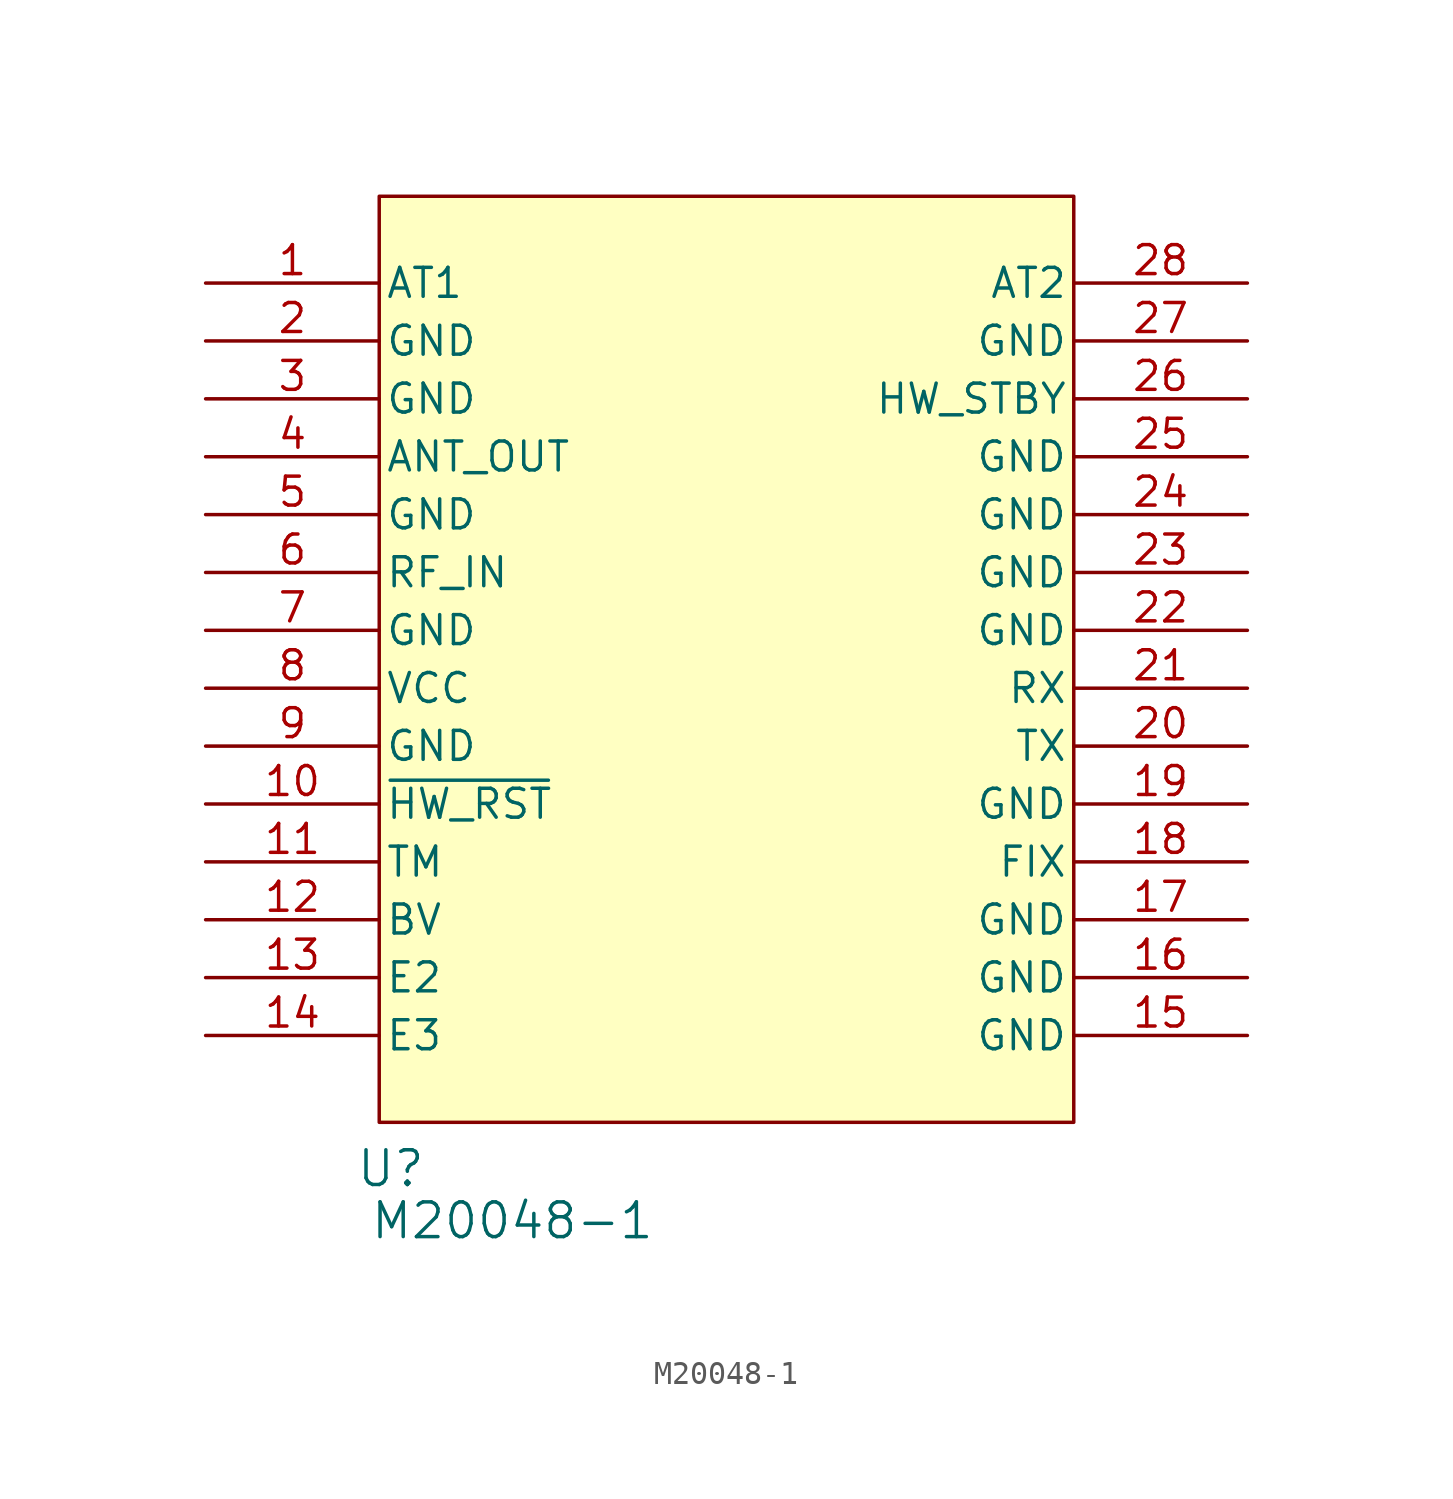
<source format=kicad_sym>
(kicad_symbol_lib
  (version 20241209)
  (generator "kicad_symbol_editor")
  (generator_version "9.0")
  (symbol "M20048-1"
    (pin_names
      (offset 0.254))
    (property "Reference" "U"
      (at 8.128 -38.862 0)
      (effects (font (size 1.524 1.524))))
    (property "Value" "M20048-1"
      (at 13.462 -41.148 0)
      (effects (font (size 1.524 1.524))))
    (symbol "M20048-1_0_1"
      (pin bidirectional line (at 0 0 0) (length 7.62) (name "AT1" (effects (font (size 1.27 1.27)))) (number "1" (effects (font (size 1.27 1.27)))))
      (pin power_out line (at 0 -2.54 0) (length 7.62) (name "GND" (effects (font (size 1.27 1.27)))) (number "2" (effects (font (size 1.27 1.27)))))
      (pin power_out line (at 0 -5.08 0) (length 7.62) (name "GND" (effects (font (size 1.27 1.27)))) (number "3" (effects (font (size 1.27 1.27)))))
      (pin output line (at 0 -7.62 0) (length 7.62) (name "ANT_OUT" (effects (font (size 1.27 1.27)))) (number "4" (effects (font (size 1.27 1.27)))))
      (pin power_out line (at 0 -10.16 0) (length 7.62) (name "GND" (effects (font (size 1.27 1.27)))) (number "5" (effects (font (size 1.27 1.27)))))
      (pin input line (at 0 -12.7 0) (length 7.62) (name "RF_IN" (effects (font (size 1.27 1.27)))) (number "6" (effects (font (size 1.27 1.27)))))
      (pin power_out line (at 0 -15.24 0) (length 7.62) (name "GND" (effects (font (size 1.27 1.27)))) (number "7" (effects (font (size 1.27 1.27)))))
      (pin power_in line (at 0 -17.78 0) (length 7.62) (name "VCC" (effects (font (size 1.27 1.27)))) (number "8" (effects (font (size 1.27 1.27)))))
      (pin power_out line (at 0 -20.32 0) (length 7.62) (name "GND" (effects (font (size 1.27 1.27)))) (number "9" (effects (font (size 1.27 1.27)))))
      (pin output line (at 0 -25.4 0) (length 7.62) (name "TM" (effects (font (size 1.27 1.27)))) (number "11" (effects (font (size 1.27 1.27)))))
      (pin unspecified line (at 0 -27.94 0) (length 7.62) (name "BV" (effects (font (size 1.27 1.27)))) (number "12" (effects (font (size 1.27 1.27)))))
      (pin bidirectional line (at 0 -30.48 0) (length 7.62) (name "E2" (effects (font (size 1.27 1.27)))) (number "13" (effects (font (size 1.27 1.27)))))
      (pin bidirectional line (at 0 -33.02 0) (length 7.62) (name "E3" (effects (font (size 1.27 1.27)))) (number "14" (effects (font (size 1.27 1.27)))))
      (pin bidirectional line (at 45.72 0 180) (length 7.62) (name "AT2" (effects (font (size 1.27 1.27)))) (number "28" (effects (font (size 1.27 1.27)))))
      (pin power_out line (at 45.72 -2.54 180) (length 7.62) (name "GND" (effects (font (size 1.27 1.27)))) (number "27" (effects (font (size 1.27 1.27)))))
      (pin power_out line (at 45.72 -7.62 180) (length 7.62) (name "GND" (effects (font (size 1.27 1.27)))) (number "25" (effects (font (size 1.27 1.27)))))
      (pin power_out line (at 45.72 -10.16 180) (length 7.62) (name "GND" (effects (font (size 1.27 1.27)))) (number "24" (effects (font (size 1.27 1.27)))))
      (pin power_out line (at 45.72 -12.7 180) (length 7.62) (name "GND" (effects (font (size 1.27 1.27)))) (number "23" (effects (font (size 1.27 1.27)))))
      (pin power_out line (at 45.72 -15.24 180) (length 7.62) (name "GND" (effects (font (size 1.27 1.27)))) (number "22" (effects (font (size 1.27 1.27)))))
      (pin unspecified line (at 45.72 -17.78 180) (length 7.62) (name "RX" (effects (font (size 1.27 1.27)))) (number "21" (effects (font (size 1.27 1.27)))))
      (pin unspecified line (at 45.72 -20.32 180) (length 7.62) (name "TX" (effects (font (size 1.27 1.27)))) (number "20" (effects (font (size 1.27 1.27)))))
      (pin power_out line (at 45.72 -22.86 180) (length 7.62) (name "GND" (effects (font (size 1.27 1.27)))) (number "19" (effects (font (size 1.27 1.27)))))
      (pin unspecified line (at 45.72 -25.4 180) (length 7.62) (name "FIX" (effects (font (size 1.27 1.27)))) (number "18" (effects (font (size 1.27 1.27)))))
      (pin power_out line (at 45.72 -27.94 180) (length 7.62) (name "GND" (effects (font (size 1.27 1.27)))) (number "17" (effects (font (size 1.27 1.27)))))
      (pin power_out line (at 45.72 -30.48 180) (length 7.62) (name "GND" (effects (font (size 1.27 1.27)))) (number "16" (effects (font (size 1.27 1.27)))))
      (pin power_out line (at 45.72 -33.02 180) (length 7.62) (name "GND" (effects (font (size 1.27 1.27)))) (number "15" (effects (font (size 1.27 1.27))))))
    (symbol "M20048-1_1_1"
      (rectangle (start 7.62 3.81) (end 38.1 -36.83) (stroke (width 0) (type solid)) (fill (type color) (color 255 255 194 1)))
      (pin unspecified line (at 0 -22.86 0) (length 7.62) (name "~{HW_RST}" (effects (font (size 1.27 1.27)))) (number "10" (effects (font (size 1.27 1.27)))))
      (pin unspecified line (at 45.72 -5.08 180) (length 7.62) (name "HW_STBY" (effects (font (size 1.27 1.27)))) (number "26" (effects (font (size 1.27 1.27))))))))
</source>
